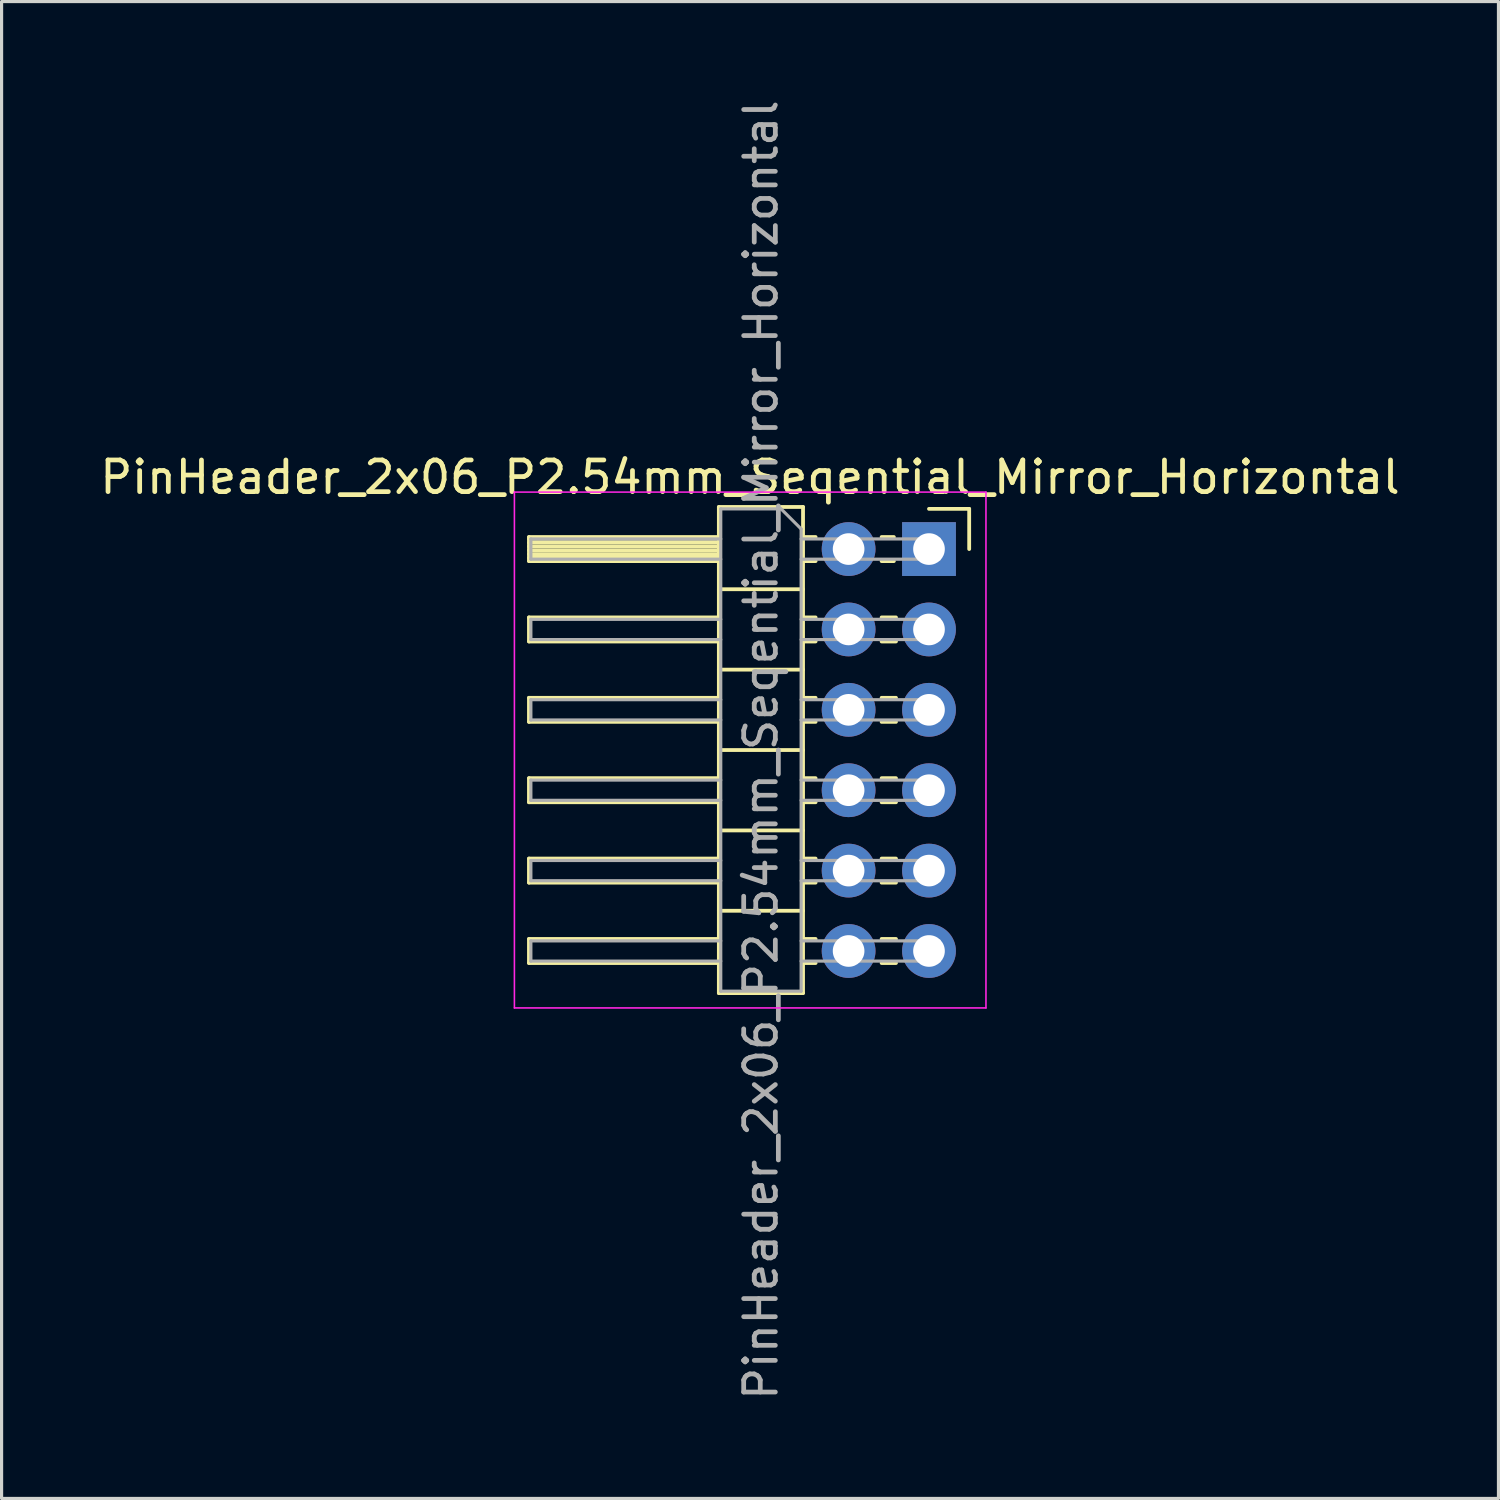
<source format=kicad_pcb>
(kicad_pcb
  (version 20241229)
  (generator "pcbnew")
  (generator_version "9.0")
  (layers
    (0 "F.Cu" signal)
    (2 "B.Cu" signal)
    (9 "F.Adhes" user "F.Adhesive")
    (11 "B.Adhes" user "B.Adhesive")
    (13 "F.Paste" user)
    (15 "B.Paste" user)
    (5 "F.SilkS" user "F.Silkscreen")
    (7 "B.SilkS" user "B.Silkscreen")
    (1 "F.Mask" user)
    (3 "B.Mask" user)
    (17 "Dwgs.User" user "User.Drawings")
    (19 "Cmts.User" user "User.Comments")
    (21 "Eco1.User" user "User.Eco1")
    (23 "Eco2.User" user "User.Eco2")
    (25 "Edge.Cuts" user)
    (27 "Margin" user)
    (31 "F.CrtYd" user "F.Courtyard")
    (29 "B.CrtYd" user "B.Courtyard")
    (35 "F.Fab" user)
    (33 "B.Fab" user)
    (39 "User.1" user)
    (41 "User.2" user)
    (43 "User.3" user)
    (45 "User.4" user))
  (footprint "PinHeader_2x06_P2.54mm_Seqential_Mirror_Horizontal"
    (layer "F.Cu")
    (at 22.9 14.299)
    (property "Reference" "PinHeader_2x06_P2.54mm_Seqential_Mirror_Horizontal" (at -2.251 -2.27 0) (layer "F.SilkS") (effects (font (size 1 1) (thickness 0.15))))
    (attr through_hole)
    (fp_line (start -9.236 -0.38) (end -9.236 0.38) (stroke (width 0.12) (type solid)) (layer "F.SilkS"))
    (fp_line (start -9.236 0.38) (end -3.236 0.38) (stroke (width 0.12) (type solid)) (layer "F.SilkS"))
    (fp_line (start -9.236 2.16) (end -9.236 2.92) (stroke (width 0.12) (type solid)) (layer "F.SilkS"))
    (fp_line (start -9.236 2.92) (end -3.236 2.92) (stroke (width 0.12) (type solid)) (layer "F.SilkS"))
    (fp_line (start -9.236 4.7) (end -9.236 5.46) (stroke (width 0.12) (type solid)) (layer "F.SilkS"))
    (fp_line (start -9.236 5.46) (end -3.236 5.46) (stroke (width 0.12) (type solid)) (layer "F.SilkS"))
    (fp_line (start -9.236 7.24) (end -9.236 8) (stroke (width 0.12) (type solid)) (layer "F.SilkS"))
    (fp_line (start -9.236 8) (end -3.236 8) (stroke (width 0.12) (type solid)) (layer "F.SilkS"))
    (fp_line (start -9.236 9.78) (end -9.236 10.54) (stroke (width 0.12) (type solid)) (layer "F.SilkS"))
    (fp_line (start -9.236 10.54) (end -3.236 10.54) (stroke (width 0.12) (type solid)) (layer "F.SilkS"))
    (fp_line (start -9.236 12.32) (end -9.236 13.08) (stroke (width 0.12) (type solid)) (layer "F.SilkS"))
    (fp_line (start -9.236 13.08) (end -3.236 13.08) (stroke (width 0.12) (type solid)) (layer "F.SilkS"))
    (fp_line (start -3.236 -1.33) (end -0.576 -1.33) (stroke (width 0.12) (type solid)) (layer "F.SilkS"))
    (fp_line (start -3.236 -0.38) (end -9.236 -0.38) (stroke (width 0.12) (type solid)) (layer "F.SilkS"))
    (fp_line (start -3.236 -0.32) (end -9.236 -0.32) (stroke (width 0.12) (type solid)) (layer "F.SilkS"))
    (fp_line (start -3.236 -0.2) (end -9.236 -0.2) (stroke (width 0.12) (type solid)) (layer "F.SilkS"))
    (fp_line (start -3.236 -0.08) (end -9.236 -0.08) (stroke (width 0.12) (type solid)) (layer "F.SilkS"))
    (fp_line (start -3.236 0.04) (end -9.236 0.04) (stroke (width 0.12) (type solid)) (layer "F.SilkS"))
    (fp_line (start -3.236 0.16) (end -9.236 0.16) (stroke (width 0.12) (type solid)) (layer "F.SilkS"))
    (fp_line (start -3.236 0.28) (end -9.236 0.28) (stroke (width 0.12) (type solid)) (layer "F.SilkS"))
    (fp_line (start -3.236 2.16) (end -9.236 2.16) (stroke (width 0.12) (type solid)) (layer "F.SilkS"))
    (fp_line (start -3.236 4.7) (end -9.236 4.7) (stroke (width 0.12) (type solid)) (layer "F.SilkS"))
    (fp_line (start -3.236 7.24) (end -9.236 7.24) (stroke (width 0.12) (type solid)) (layer "F.SilkS"))
    (fp_line (start -3.236 9.78) (end -9.236 9.78) (stroke (width 0.12) (type solid)) (layer "F.SilkS"))
    (fp_line (start -3.236 12.32) (end -9.236 12.32) (stroke (width 0.12) (type solid)) (layer "F.SilkS"))
    (fp_line (start -3.236 14.03) (end -3.236 -1.33) (stroke (width 0.12) (type solid)) (layer "F.SilkS"))
    (fp_line (start -0.576 -1.33) (end -0.576 14.03) (stroke (width 0.12) (type solid)) (layer "F.SilkS"))
    (fp_line (start -0.576 1.27) (end -3.236 1.27) (stroke (width 0.12) (type solid)) (layer "F.SilkS"))
    (fp_line (start -0.576 3.81) (end -3.236 3.81) (stroke (width 0.12) (type solid)) (layer "F.SilkS"))
    (fp_line (start -0.576 6.35) (end -3.236 6.35) (stroke (width 0.12) (type solid)) (layer "F.SilkS"))
    (fp_line (start -0.576 8.89) (end -3.236 8.89) (stroke (width 0.12) (type solid)) (layer "F.SilkS"))
    (fp_line (start -0.576 11.43) (end -3.236 11.43) (stroke (width 0.12) (type solid)) (layer "F.SilkS"))
    (fp_line (start -0.576 14.03) (end -3.236 14.03) (stroke (width 0.12) (type solid)) (layer "F.SilkS"))
    (fp_line (start -0.179 -0.38) (end -0.576 -0.38) (stroke (width 0.12) (type solid)) (layer "F.SilkS"))
    (fp_line (start -0.179 0.38) (end -0.576 0.38) (stroke (width 0.12) (type solid)) (layer "F.SilkS"))
    (fp_line (start -0.179 2.16) (end -0.576 2.16) (stroke (width 0.12) (type solid)) (layer "F.SilkS"))
    (fp_line (start -0.179 2.92) (end -0.576 2.92) (stroke (width 0.12) (type solid)) (layer "F.SilkS"))
    (fp_line (start -0.179 4.7) (end -0.576 4.7) (stroke (width 0.12) (type solid)) (layer "F.SilkS"))
    (fp_line (start -0.179 5.46) (end -0.576 5.46) (stroke (width 0.12) (type solid)) (layer "F.SilkS"))
    (fp_line (start -0.179 7.24) (end -0.576 7.24) (stroke (width 0.12) (type solid)) (layer "F.SilkS"))
    (fp_line (start -0.179 8) (end -0.576 8) (stroke (width 0.12) (type solid)) (layer "F.SilkS"))
    (fp_line (start -0.179 9.78) (end -0.576 9.78) (stroke (width 0.12) (type solid)) (layer "F.SilkS"))
    (fp_line (start -0.179 10.54) (end -0.576 10.54) (stroke (width 0.12) (type solid)) (layer "F.SilkS"))
    (fp_line (start -0.179 12.32) (end -0.576 12.32) (stroke (width 0.12) (type solid)) (layer "F.SilkS"))
    (fp_line (start -0.179 13.08) (end -0.576 13.08) (stroke (width 0.12) (type solid)) (layer "F.SilkS"))
    (fp_line (start 2.294 -0.38) (end 1.907 -0.38) (stroke (width 0.12) (type solid)) (layer "F.SilkS"))
    (fp_line (start 2.294 0.38) (end 1.907 0.38) (stroke (width 0.12) (type solid)) (layer "F.SilkS"))
    (fp_line (start 2.361 2.16) (end 1.907 2.16) (stroke (width 0.12) (type solid)) (layer "F.SilkS"))
    (fp_line (start 2.361 2.92) (end 1.907 2.92) (stroke (width 0.12) (type solid)) (layer "F.SilkS"))
    (fp_line (start 2.361 4.7) (end 1.907 4.7) (stroke (width 0.12) (type solid)) (layer "F.SilkS"))
    (fp_line (start 2.361 5.46) (end 1.907 5.46) (stroke (width 0.12) (type solid)) (layer "F.SilkS"))
    (fp_line (start 2.361 7.24) (end 1.907 7.24) (stroke (width 0.12) (type solid)) (layer "F.SilkS"))
    (fp_line (start 2.361 8) (end 1.907 8) (stroke (width 0.12) (type solid)) (layer "F.SilkS"))
    (fp_line (start 2.361 9.78) (end 1.907 9.78) (stroke (width 0.12) (type solid)) (layer "F.SilkS"))
    (fp_line (start 2.361 10.54) (end 1.907 10.54) (stroke (width 0.12) (type solid)) (layer "F.SilkS"))
    (fp_line (start 2.361 12.32) (end 1.907 12.32) (stroke (width 0.12) (type solid)) (layer "F.SilkS"))
    (fp_line (start 2.361 13.08) (end 1.907 13.08) (stroke (width 0.12) (type solid)) (layer "F.SilkS"))
    (fp_line (start 4.674 -1.27) (end 3.404 -1.27) (stroke (width 0.12) (type solid)) (layer "F.SilkS"))
    (fp_line (start 4.674 0) (end 4.674 -1.27) (stroke (width 0.12) (type solid)) (layer "F.SilkS"))
    (fp_line (start -9.696 -1.8) (end 5.204 -1.8) (stroke (width 0.05) (type solid)) (layer "F.CrtYd"))
    (fp_line (start -9.696 14.5) (end -9.696 -1.8) (stroke (width 0.05) (type solid)) (layer "F.CrtYd"))
    (fp_line (start 5.204 -1.8) (end 5.204 14.5) (stroke (width 0.05) (type solid)) (layer "F.CrtYd"))
    (fp_line (start 5.204 14.5) (end -9.696 14.5) (stroke (width 0.05) (type solid)) (layer "F.CrtYd"))
    (fp_line (start -9.176 -0.32) (end -9.176 0.32) (stroke (width 0.1) (type solid)) (layer "F.Fab"))
    (fp_line (start -9.176 2.22) (end -9.176 2.86) (stroke (width 0.1) (type solid)) (layer "F.Fab"))
    (fp_line (start -9.176 4.76) (end -9.176 5.4) (stroke (width 0.1) (type solid)) (layer "F.Fab"))
    (fp_line (start -9.176 7.3) (end -9.176 7.94) (stroke (width 0.1) (type solid)) (layer "F.Fab"))
    (fp_line (start -9.176 9.84) (end -9.176 10.48) (stroke (width 0.1) (type solid)) (layer "F.Fab"))
    (fp_line (start -9.176 12.38) (end -9.176 13.02) (stroke (width 0.1) (type solid)) (layer "F.Fab"))
    (fp_line (start -3.176 -1.27) (end -3.176 13.97) (stroke (width 0.1) (type solid)) (layer "F.Fab"))
    (fp_line (start -3.176 -0.32) (end -9.176 -0.32) (stroke (width 0.1) (type solid)) (layer "F.Fab"))
    (fp_line (start -3.176 0.32) (end -9.176 0.32) (stroke (width 0.1) (type solid)) (layer "F.Fab"))
    (fp_line (start -3.176 2.22) (end -9.176 2.22) (stroke (width 0.1) (type solid)) (layer "F.Fab"))
    (fp_line (start -3.176 2.86) (end -9.176 2.86) (stroke (width 0.1) (type solid)) (layer "F.Fab"))
    (fp_line (start -3.176 4.76) (end -9.176 4.76) (stroke (width 0.1) (type solid)) (layer "F.Fab"))
    (fp_line (start -3.176 5.4) (end -9.176 5.4) (stroke (width 0.1) (type solid)) (layer "F.Fab"))
    (fp_line (start -3.176 7.3) (end -9.176 7.3) (stroke (width 0.1) (type solid)) (layer "F.Fab"))
    (fp_line (start -3.176 7.94) (end -9.176 7.94) (stroke (width 0.1) (type solid)) (layer "F.Fab"))
    (fp_line (start -3.176 9.84) (end -9.176 9.84) (stroke (width 0.1) (type solid)) (layer "F.Fab"))
    (fp_line (start -3.176 10.48) (end -9.176 10.48) (stroke (width 0.1) (type solid)) (layer "F.Fab"))
    (fp_line (start -3.176 12.38) (end -9.176 12.38) (stroke (width 0.1) (type solid)) (layer "F.Fab"))
    (fp_line (start -3.176 13.02) (end -9.176 13.02) (stroke (width 0.1) (type solid)) (layer "F.Fab"))
    (fp_line (start -3.176 13.97) (end -0.636 13.97) (stroke (width 0.1) (type solid)) (layer "F.Fab"))
    (fp_line (start -1.271 -1.27) (end -3.176 -1.27) (stroke (width 0.1) (type solid)) (layer "F.Fab"))
    (fp_line (start -0.636 -0.635) (end -1.271 -1.27) (stroke (width 0.1) (type solid)) (layer "F.Fab"))
    (fp_line (start -0.636 13.97) (end -0.636 -0.635) (stroke (width 0.1) (type solid)) (layer "F.Fab"))
    (fp_line (start 3.724 -0.32) (end -0.636 -0.32) (stroke (width 0.1) (type solid)) (layer "F.Fab"))
    (fp_line (start 3.724 -0.32) (end 3.724 0.32) (stroke (width 0.1) (type solid)) (layer "F.Fab"))
    (fp_line (start 3.724 0.32) (end -0.636 0.32) (stroke (width 0.1) (type solid)) (layer "F.Fab"))
    (fp_line (start 3.724 2.22) (end -0.636 2.22) (stroke (width 0.1) (type solid)) (layer "F.Fab"))
    (fp_line (start 3.724 2.22) (end 3.724 2.86) (stroke (width 0.1) (type solid)) (layer "F.Fab"))
    (fp_line (start 3.724 2.86) (end -0.636 2.86) (stroke (width 0.1) (type solid)) (layer "F.Fab"))
    (fp_line (start 3.724 4.76) (end -0.636 4.76) (stroke (width 0.1) (type solid)) (layer "F.Fab"))
    (fp_line (start 3.724 4.76) (end 3.724 5.4) (stroke (width 0.1) (type solid)) (layer "F.Fab"))
    (fp_line (start 3.724 5.4) (end -0.636 5.4) (stroke (width 0.1) (type solid)) (layer "F.Fab"))
    (fp_line (start 3.724 7.3) (end -0.636 7.3) (stroke (width 0.1) (type solid)) (layer "F.Fab"))
    (fp_line (start 3.724 7.3) (end 3.724 7.94) (stroke (width 0.1) (type solid)) (layer "F.Fab"))
    (fp_line (start 3.724 7.94) (end -0.636 7.94) (stroke (width 0.1) (type solid)) (layer "F.Fab"))
    (fp_line (start 3.724 9.84) (end -0.636 9.84) (stroke (width 0.1) (type solid)) (layer "F.Fab"))
    (fp_line (start 3.724 9.84) (end 3.724 10.48) (stroke (width 0.1) (type solid)) (layer "F.Fab"))
    (fp_line (start 3.724 10.48) (end -0.636 10.48) (stroke (width 0.1) (type solid)) (layer "F.Fab"))
    (fp_line (start 3.724 12.38) (end -0.636 12.38) (stroke (width 0.1) (type solid)) (layer "F.Fab"))
    (fp_line (start 3.724 12.38) (end 3.724 13.02) (stroke (width 0.1) (type solid)) (layer "F.Fab"))
    (fp_line (start 3.724 13.02) (end -0.636 13.02) (stroke (width 0.1) (type solid)) (layer "F.Fab"))
    (fp_text user "${REFERENCE}" (at -1.906 6.35 90) (layer "F.Fab") (effects (font (size 1 1) (thickness 0.15))))
    (pad "1" thru_hole rect (at 3.404 0) (size 1.7 1.7) (drill 1) (layers "*.Cu" "*.Mask"))
    (pad "2" thru_hole oval (at 3.404 2.54) (size 1.7 1.7) (drill 1) (layers "*.Cu" "*.Mask"))
    (pad "3" thru_hole oval (at 3.404 5.08) (size 1.7 1.7) (drill 1) (layers "*.Cu" "*.Mask"))
    (pad "4" thru_hole oval (at 3.404 7.62) (size 1.7 1.7) (drill 1) (layers "*.Cu" "*.Mask"))
    (pad "5" thru_hole oval (at 3.404 10.16) (size 1.7 1.7) (drill 1) (layers "*.Cu" "*.Mask"))
    (pad "6" thru_hole oval (at 3.404 12.7) (size 1.7 1.7) (drill 1) (layers "*.Cu" "*.Mask"))
    (pad "7" thru_hole oval (at 0.864 0) (size 1.7 1.7) (drill 1) (layers "*.Cu" "*.Mask"))
    (pad "8" thru_hole oval (at 0.864 2.54) (size 1.7 1.7) (drill 1) (layers "*.Cu" "*.Mask"))
    (pad "9" thru_hole oval (at 0.864 5.08) (size 1.7 1.7) (drill 1) (layers "*.Cu" "*.Mask"))
    (pad "10" thru_hole oval (at 0.864 7.62) (size 1.7 1.7) (drill 1) (layers "*.Cu" "*.Mask"))
    (pad "11" thru_hole oval (at 0.864 10.16) (size 1.7 1.7) (drill 1) (layers "*.Cu" "*.Mask"))
    (pad "12" thru_hole oval (at 0.864 12.7) (size 1.7 1.7) (drill 1) (layers "*.Cu" "*.Mask")))
  (gr_rect
    (start -3 -3)
    (end 44.298 44.298)
    (stroke (width 0.1) (type default))
    (fill no)
    (layer "Edge.Cuts")))
</source>
